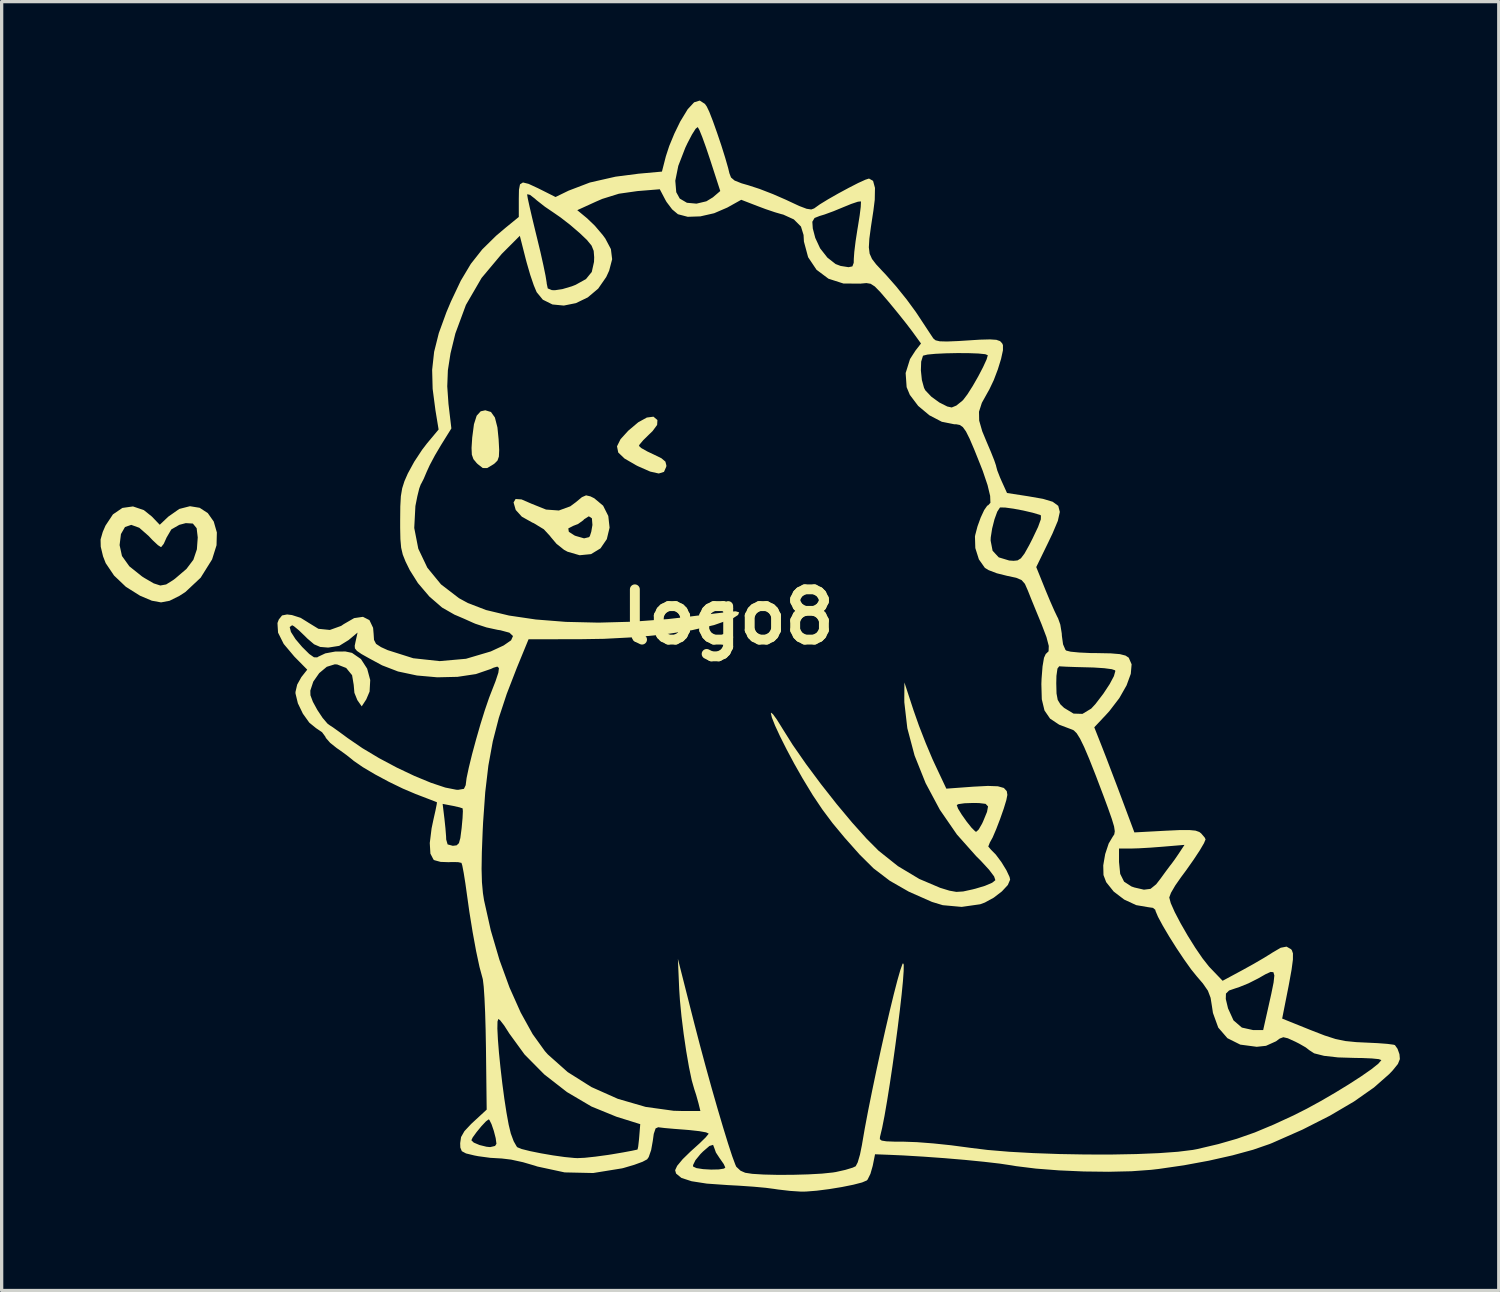
<source format=kicad_pcb>
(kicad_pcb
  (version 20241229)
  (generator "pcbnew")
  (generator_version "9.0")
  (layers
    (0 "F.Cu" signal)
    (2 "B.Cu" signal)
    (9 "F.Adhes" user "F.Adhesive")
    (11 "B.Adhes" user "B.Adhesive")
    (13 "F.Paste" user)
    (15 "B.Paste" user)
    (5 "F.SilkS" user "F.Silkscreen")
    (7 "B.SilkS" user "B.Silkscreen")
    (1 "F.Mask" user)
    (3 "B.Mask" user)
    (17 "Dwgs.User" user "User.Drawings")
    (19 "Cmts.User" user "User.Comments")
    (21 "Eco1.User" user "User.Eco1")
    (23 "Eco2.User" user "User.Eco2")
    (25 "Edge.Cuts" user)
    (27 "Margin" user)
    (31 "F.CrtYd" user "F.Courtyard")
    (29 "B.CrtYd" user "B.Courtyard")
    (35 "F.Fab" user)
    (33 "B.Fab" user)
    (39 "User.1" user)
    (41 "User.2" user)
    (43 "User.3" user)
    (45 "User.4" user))
  (footprint "logo8"
    (layer "F.Cu")
    (at 19.034 15.658)
    (property "Reference" "logo8" (at 0 0 0) (layer "F.SilkS") (effects (font (size 1.524 1.524) (thickness 0.3))))
    (attr board_only exclude_from_pos_files exclude_from_bom)
    (fp_poly (pts (xy -7.195 -6.214) (xy -7.075 -6.046) (xy -6.998 -5.744) (xy -6.962 -5.385) (xy -6.945 -5.061) (xy -6.954 -4.861) (xy -6.996 -4.741) (xy -7.082 -4.654) (xy -7.12 -4.626) (xy -7.31 -4.512) (xy -7.444 -4.514) (xy -7.599 -4.636) (xy -7.631 -4.668) (xy -7.726 -4.783) (xy -7.774 -4.918) (xy -7.783 -5.123) (xy -7.763 -5.437) (xy -7.71 -5.842) (xy -7.628 -6.1) (xy -7.506 -6.234) (xy -7.366 -6.265)) (stroke (width 0) (type solid)) (fill yes) (layer "F.SilkS"))
    (fp_poly (pts (xy -2.149 -5.972) (xy -2.146 -5.965) (xy -2.155 -5.821) (xy -2.293 -5.634) (xy -2.399 -5.532) (xy -2.578 -5.356) (xy -2.689 -5.224) (xy -2.707 -5.185) (xy -2.635 -5.119) (xy -2.452 -5.016) (xy -2.278 -4.934) (xy -2.027 -4.812) (xy -1.904 -4.708) (xy -1.874 -4.591) (xy -1.878 -4.553) (xy -1.947 -4.397) (xy -2.105 -4.348) (xy -2.365 -4.406) (xy -2.74 -4.571) (xy -2.794 -4.599) (xy -3.143 -4.801) (xy -3.334 -4.984) (xy -3.372 -5.172) (xy -3.264 -5.389) (xy -3.03 -5.646) (xy -2.728 -5.901) (xy -2.467 -6.045) (xy -2.266 -6.071)) (stroke (width 0) (type solid)) (fill yes) (layer "F.SilkS"))
    (fp_poly (pts (xy -4.18 -3.655) (xy -4.062 -3.597) (xy -3.793 -3.372) (xy -3.636 -3.06) (xy -3.597 -2.707) (xy -3.681 -2.357) (xy -3.873 -2.077) (xy -4.159 -1.903) (xy -4.505 -1.869) (xy -4.873 -1.976) (xy -4.979 -2.034) (xy -5.207 -2.216) (xy -5.387 -2.429) (xy -5.399 -2.448) (xy -5.591 -2.656) (xy -5.634 -2.682) (xy -4.849 -2.682) (xy -4.833 -2.58) (xy -4.663 -2.47) (xy -4.627 -2.455) (xy -4.37 -2.381) (xy -4.221 -2.417) (xy -4.195 -2.449) (xy -4.152 -2.583) (xy -4.117 -2.787) (xy -4.133 -2.989) (xy -4.226 -3.05) (xy -4.37 -2.959) (xy -4.396 -2.929) (xy -4.552 -2.817) (xy -4.706 -2.757) (xy -4.849 -2.682) (xy -5.634 -2.682) (xy -5.892 -2.839) (xy -5.942 -2.861) (xy -6.258 -3.038) (xy -6.44 -3.239) (xy -6.447 -3.254) (xy -6.509 -3.471) (xy -6.447 -3.574) (xy -6.267 -3.562) (xy -5.971 -3.434) (xy -5.969 -3.433) (xy -5.523 -3.254) (xy -5.135 -3.226) (xy -4.789 -3.352) (xy -4.622 -3.476) (xy -4.436 -3.63) (xy -4.31 -3.685)) (stroke (width 0) (type solid)) (fill yes) (layer "F.SilkS"))
    (fp_poly (pts (xy -16.029 -3.308) (xy -15.782 -3.147) (xy -15.602 -2.891) (xy -15.507 -2.56) (xy -15.517 -2.172) (xy -15.651 -1.745) (xy -15.656 -1.736) (xy -15.999 -1.187) (xy -16.46 -0.755) (xy -16.642 -0.637) (xy -16.941 -0.488) (xy -17.2 -0.439) (xy -17.479 -0.49) (xy -17.836 -0.641) (xy -17.836 -0.641) (xy -18.265 -0.91) (xy -18.625 -1.253) (xy -18.879 -1.63) (xy -18.959 -1.836) (xy -19.029 -2.128) (xy -19.03 -2.176) (xy -18.457 -2.176) (xy -18.385 -1.846) (xy -18.161 -1.533) (xy -17.777 -1.226) (xy -17.705 -1.18) (xy -17.423 -1.016) (xy -17.222 -0.951) (xy -17.045 -0.983) (xy -16.837 -1.113) (xy -16.772 -1.161) (xy -16.429 -1.454) (xy -16.219 -1.733) (xy -16.113 -2.048) (xy -16.087 -2.408) (xy -16.12 -2.689) (xy -16.235 -2.83) (xy -16.45 -2.843) (xy -16.646 -2.791) (xy -16.888 -2.652) (xy -17.031 -2.408) (xy -17.117 -2.217) (xy -17.193 -2.12) (xy -17.205 -2.117) (xy -17.295 -2.175) (xy -17.454 -2.324) (xy -17.578 -2.455) (xy -17.86 -2.702) (xy -18.103 -2.79) (xy -18.293 -2.725) (xy -18.416 -2.511) (xy -18.457 -2.176) (xy -19.03 -2.176) (xy -19.034 -2.347) (xy -18.968 -2.576) (xy -18.885 -2.767) (xy -18.659 -3.108) (xy -18.372 -3.304) (xy -18.051 -3.349) (xy -17.722 -3.238) (xy -17.479 -3.043) (xy -17.239 -2.793) (xy -16.98 -3.039) (xy -16.647 -3.273) (xy -16.323 -3.356)) (stroke (width 0) (type solid)) (fill yes) (layer "F.SilkS"))
    (fp_poly (pts (xy 5.622 2.836) (xy 5.788 3.307) (xy 5.99 3.826) (xy 6.192 4.305) (xy 6.257 4.447) (xy 6.616 5.21) (xy 7.433 5.15) (xy 7.877 5.127) (xy 8.179 5.138) (xy 8.361 5.189) (xy 8.449 5.286) (xy 8.467 5.398) (xy 8.436 5.556) (xy 8.357 5.816) (xy 8.248 6.127) (xy 8.129 6.437) (xy 8.02 6.692) (xy 7.938 6.84) (xy 7.936 6.843) (xy 7.888 6.965) (xy 7.967 7.058) (xy 8.117 7.21) (xy 8.286 7.437) (xy 8.437 7.683) (xy 8.534 7.89) (xy 8.551 7.97) (xy 8.481 8.132) (xy 8.301 8.326) (xy 8.054 8.516) (xy 7.784 8.664) (xy 7.643 8.716) (xy 7.08 8.796) (xy 6.508 8.744) (xy 6.181 8.645) (xy 5.478 8.334) (xy 4.902 8.004) (xy 4.409 7.628) (xy 3.985 7.207) (xy 3.53 6.695) (xy 3.165 6.255) (xy 2.855 5.84) (xy 2.565 5.407) (xy 2.263 4.909) (xy 2.25 4.887) (xy 2.004 4.454) (xy 1.776 4.027) (xy 1.578 3.634) (xy 1.423 3.3) (xy 1.325 3.053) (xy 1.294 2.919) (xy 1.3 2.906) (xy 1.358 2.952) (xy 1.475 3.113) (xy 1.625 3.353) (xy 1.633 3.367) (xy 1.956 3.881) (xy 2.359 4.461) (xy 2.813 5.071) (xy 3.29 5.677) (xy 3.762 6.242) (xy 4.201 6.731) (xy 4.562 7.093) (xy 5.147 7.559) (xy 5.795 7.948) (xy 6.427 8.217) (xy 6.711 8.304) (xy 6.92 8.341) (xy 7.127 8.328) (xy 7.406 8.267) (xy 7.498 8.244) (xy 7.787 8.157) (xy 8.005 8.064) (xy 8.103 7.986) (xy 8.065 7.872) (xy 7.912 7.669) (xy 7.661 7.396) (xy 7.521 7.257) (xy 6.937 6.601) (xy 6.42 5.851) (xy 6.343 5.707) (xy 6.932 5.707) (xy 6.971 5.815) (xy 7.083 5.998) (xy 7.231 6.207) (xy 7.379 6.393) (xy 7.492 6.506) (xy 7.521 6.519) (xy 7.597 6.449) (xy 7.699 6.273) (xy 7.732 6.202) (xy 7.85 5.915) (xy 7.881 5.749) (xy 7.807 5.671) (xy 7.609 5.647) (xy 7.429 5.644) (xy 7.166 5.653) (xy 6.984 5.679) (xy 6.932 5.707) (xy 6.343 5.707) (xy 5.987 5.041) (xy 5.653 4.205) (xy 5.433 3.377) (xy 5.342 2.591) (xy 5.341 2.455) (xy 5.345 1.99)) (stroke (width 0) (type solid)) (fill yes) (layer "F.SilkS"))
    (fp_poly (pts (xy -0.707 -15.558) (xy -0.65 -15.478) (xy -0.573 -15.317) (xy -0.464 -15.037) (xy -0.338 -14.683) (xy -0.208 -14.298) (xy -0.092 -13.928) (xy -0.002 -13.615) (xy 0.037 -13.454) (xy 0.086 -13.325) (xy 0.195 -13.232) (xy 0.407 -13.148) (xy 0.612 -13.089) (xy 0.95 -12.979) (xy 1.358 -12.821) (xy 1.757 -12.647) (xy 1.82 -12.617) (xy 2.157 -12.46) (xy 2.379 -12.376) (xy 2.519 -12.355) (xy 2.61 -12.388) (xy 2.625 -12.4) (xy 2.782 -12.512) (xy 3.032 -12.665) (xy 3.335 -12.838) (xy 3.652 -13.009) (xy 3.94 -13.157) (xy 4.162 -13.258) (xy 4.271 -13.293) (xy 4.394 -13.223) (xy 4.452 -13.01) (xy 4.445 -12.648) (xy 4.404 -12.319) (xy 4.329 -11.826) (xy 4.281 -11.467) (xy 4.266 -11.207) (xy 4.29 -11.015) (xy 4.362 -10.854) (xy 4.487 -10.691) (xy 4.671 -10.493) (xy 4.784 -10.374) (xy 5.094 -10.022) (xy 5.416 -9.622) (xy 5.69 -9.248) (xy 5.739 -9.175) (xy 5.932 -8.882) (xy 6.096 -8.633) (xy 6.204 -8.47) (xy 6.223 -8.442) (xy 6.29 -8.387) (xy 6.417 -8.357) (xy 6.636 -8.351) (xy 6.978 -8.365) (xy 7.197 -8.379) (xy 7.639 -8.407) (xy 7.941 -8.415) (xy 8.134 -8.402) (xy 8.247 -8.362) (xy 8.31 -8.294) (xy 8.333 -8.242) (xy 8.333 -8.085) (xy 8.276 -7.823) (xy 8.178 -7.505) (xy 8.054 -7.179) (xy 7.919 -6.895) (xy 7.871 -6.811) (xy 7.693 -6.491) (xy 7.607 -6.222) (xy 7.612 -5.952) (xy 7.705 -5.628) (xy 7.834 -5.317) (xy 7.967 -5.004) (xy 8.069 -4.748) (xy 8.123 -4.589) (xy 8.128 -4.563) (xy 8.161 -4.44) (xy 8.244 -4.228) (xy 8.292 -4.118) (xy 8.456 -3.757) (xy 9.101 -3.657) (xy 9.542 -3.58) (xy 9.841 -3.491) (xy 10.01 -3.367) (xy 10.058 -3.182) (xy 9.998 -2.912) (xy 9.838 -2.533) (xy 9.707 -2.258) (xy 9.343 -1.51) (xy 9.622 -0.818) (xy 9.761 -0.484) (xy 9.889 -0.193) (xy 9.983 0.004) (xy 10.004 0.042) (xy 10.072 0.233) (xy 10.116 0.5) (xy 10.121 0.58) (xy 10.156 0.833) (xy 10.228 1) (xy 10.253 1.023) (xy 10.386 1.056) (xy 10.643 1.081) (xy 10.983 1.097) (xy 11.191 1.099) (xy 11.602 1.107) (xy 11.878 1.13) (xy 12.05 1.174) (xy 12.148 1.238) (xy 12.235 1.439) (xy 12.21 1.728) (xy 12.082 2.078) (xy 11.863 2.463) (xy 11.563 2.855) (xy 11.471 2.957) (xy 11.103 3.349) (xy 11.336 3.939) (xy 11.462 4.262) (xy 11.623 4.685) (xy 11.8 5.149) (xy 11.944 5.533) (xy 12.319 6.537) (xy 13.265 6.486) (xy 13.693 6.466) (xy 13.985 6.465) (xy 14.173 6.483) (xy 14.289 6.524) (xy 14.345 6.568) (xy 14.451 6.692) (xy 14.478 6.748) (xy 14.43 6.864) (xy 14.302 7.082) (xy 14.114 7.367) (xy 13.888 7.688) (xy 13.74 7.887) (xy 13.559 8.146) (xy 13.429 8.369) (xy 13.377 8.509) (xy 13.377 8.512) (xy 13.423 8.684) (xy 13.545 8.958) (xy 13.724 9.299) (xy 13.937 9.669) (xy 14.165 10.034) (xy 14.386 10.357) (xy 14.579 10.602) (xy 14.615 10.641) (xy 14.995 11.037) (xy 15.604 10.709) (xy 15.936 10.525) (xy 16.248 10.343) (xy 16.479 10.2) (xy 16.501 10.185) (xy 16.757 10.035) (xy 16.934 10.001) (xy 17.068 10.078) (xy 17.093 10.106) (xy 17.128 10.205) (xy 17.127 10.394) (xy 17.087 10.695) (xy 17.008 11.133) (xy 16.995 11.202) (xy 16.801 12.183) (xy 17.669 12.533) (xy 18.089 12.696) (xy 18.418 12.802) (xy 18.716 12.864) (xy 19.045 12.897) (xy 19.339 12.911) (xy 19.696 12.928) (xy 19.989 12.95) (xy 20.178 12.975) (xy 20.221 12.988) (xy 20.3 13.1) (xy 20.358 13.263) (xy 20.371 13.411) (xy 20.311 13.56) (xy 20.156 13.752) (xy 20.05 13.864) (xy 19.587 14.272) (xy 18.98 14.698) (xy 18.249 15.128) (xy 17.416 15.551) (xy 16.503 15.954) (xy 16.425 15.986) (xy 15.922 16.16) (xy 15.292 16.332) (xy 14.577 16.493) (xy 13.819 16.633) (xy 13.06 16.743) (xy 12.827 16.77) (xy 12.235 16.813) (xy 11.538 16.829) (xy 10.788 16.82) (xy 10.036 16.787) (xy 9.335 16.733) (xy 8.736 16.659) (xy 8.594 16.635) (xy 8.241 16.582) (xy 7.759 16.526) (xy 7.185 16.469) (xy 6.559 16.416) (xy 5.92 16.37) (xy 5.306 16.333) (xy 4.915 16.316) (xy 4.454 16.298) (xy 4.383 16.651) (xy 4.314 16.892) (xy 4.229 17.064) (xy 4.204 17.092) (xy 4.061 17.153) (xy 3.794 17.222) (xy 3.446 17.292) (xy 3.062 17.355) (xy 2.685 17.403) (xy 2.359 17.429) (xy 2.211 17.431) (xy 1.875 17.409) (xy 1.506 17.366) (xy 1.397 17.349) (xy 1.137 17.315) (xy 0.763 17.281) (xy 0.329 17.251) (xy -0.023 17.232) (xy -0.647 17.188) (xy -1.11 17.116) (xy -1.419 17.015) (xy -1.58 16.883) (xy -1.609 16.781) (xy -1.547 16.648) (xy -1.529 16.627) (xy -1.066 16.627) (xy -1.063 16.672) (xy -0.961 16.718) (xy -0.761 16.749) (xy -0.517 16.763) (xy -0.287 16.758) (xy -0.127 16.733) (xy -0.087 16.701) (xy -0.135 16.595) (xy -0.25 16.43) (xy -0.254 16.425) (xy -0.372 16.245) (xy -0.421 16.108) (xy -0.458 16.013) (xy -0.568 16.046) (xy -0.762 16.213) (xy -0.84 16.291) (xy -0.993 16.478) (xy -1.066 16.627) (xy -1.529 16.627) (xy -1.38 16.447) (xy -1.139 16.212) (xy -1.101 16.178) (xy -0.863 15.963) (xy -0.684 15.788) (xy -0.597 15.682) (xy -0.593 15.67) (xy -0.671 15.634) (xy -0.879 15.597) (xy -1.177 15.564) (xy -1.297 15.554) (xy -1.637 15.528) (xy -1.92 15.503) (xy -2.096 15.482) (xy -2.121 15.478) (xy -2.201 15.514) (xy -2.257 15.679) (xy -2.287 15.895) (xy -2.336 16.17) (xy -2.41 16.383) (xy -2.458 16.452) (xy -2.597 16.526) (xy -2.851 16.619) (xy -3.167 16.712) (xy -3.217 16.725) (xy -4.095 16.867) (xy -4.959 16.848) (xy -5.789 16.669) (xy -5.857 16.646) (xy -6.223 16.539) (xy -6.584 16.46) (xy -6.867 16.426) (xy -6.89 16.425) (xy -7.216 16.406) (xy -7.58 16.357) (xy -7.7 16.334) (xy -7.951 16.273) (xy -8.078 16.205) (xy -8.123 16.095) (xy -8.128 15.963) (xy -8.115 15.873) (xy -7.789 15.873) (xy -7.716 15.944) (xy -7.541 16.018) (xy -7.329 16.07) (xy -7.218 16.081) (xy -7.07 16.046) (xy -7.028 15.981) (xy -7.051 15.808) (xy -7.108 15.588) (xy -7.178 15.384) (xy -7.242 15.256) (xy -7.264 15.24) (xy -7.346 15.3) (xy -7.483 15.446) (xy -7.631 15.626) (xy -7.748 15.787) (xy -7.789 15.873) (xy -8.115 15.873) (xy -8.101 15.776) (xy -7.999 15.597) (xy -7.795 15.379) (xy -7.726 15.315) (xy -7.324 14.944) (xy -7.346 13.081) (xy -7.356 12.521) (xy -7.357 12.487) (xy -7 12.487) (xy -6.984 12.812) (xy -6.952 13.216) (xy -6.906 13.67) (xy -6.851 14.145) (xy -6.789 14.611) (xy -6.723 15.04) (xy -6.657 15.402) (xy -6.593 15.667) (xy -6.591 15.673) (xy -6.505 15.904) (xy -6.413 16.065) (xy -6.392 16.087) (xy -6.263 16.139) (xy -6.011 16.202) (xy -5.68 16.269) (xy -5.314 16.332) (xy -4.959 16.382) (xy -4.66 16.411) (xy -4.572 16.415) (xy -4.352 16.405) (xy -4.025 16.37) (xy -3.65 16.319) (xy -3.523 16.299) (xy -3.188 16.242) (xy -2.925 16.193) (xy -2.771 16.16) (xy -2.748 16.152) (xy -2.729 16.062) (xy -2.706 15.861) (xy -2.697 15.757) (xy -2.667 15.385) (xy -3.39 15.159) (xy -4.146 14.85) (xy -4.889 14.412) (xy -5.578 13.876) (xy -6.175 13.272) (xy -6.643 12.629) (xy -6.648 12.62) (xy -6.795 12.391) (xy -6.915 12.236) (xy -6.97 12.194) (xy -6.996 12.272) (xy -7 12.487) (xy -7.357 12.487) (xy -7.371 12.004) (xy -7.391 11.56) (xy -7.414 11.217) (xy -7.439 11.004) (xy -7.448 10.964) (xy -7.542 10.617) (xy -7.644 10.139) (xy -7.749 9.567) (xy -7.85 8.941) (xy -7.916 8.471) (xy -7.97 8.085) (xy -8.021 7.765) (xy -8.063 7.545) (xy -8.089 7.461) (xy -8.195 7.438) (xy -8.403 7.436) (xy -8.475 7.44) (xy -8.723 7.431) (xy -8.91 7.38) (xy -8.937 7.362) (xy -9.031 7.18) (xy -9.05 6.859) (xy -8.995 6.414) (xy -8.937 6.139) (xy -8.877 5.873) (xy -8.84 5.686) (xy -8.838 5.672) (xy -8.66 5.672) (xy -8.606 6.117) (xy -8.575 6.411) (xy -8.555 6.662) (xy -8.552 6.752) (xy -8.509 6.901) (xy -8.353 6.943) (xy -8.346 6.943) (xy -8.235 6.929) (xy -8.166 6.863) (xy -8.123 6.708) (xy -8.086 6.425) (xy -8.082 6.388) (xy -8.056 6.103) (xy -8.046 5.894) (xy -8.054 5.808) (xy -8.15 5.776) (xy -8.344 5.732) (xy -8.373 5.727) (xy -8.66 5.672) (xy -8.838 5.672) (xy -8.833 5.622) (xy -8.913 5.59) (xy -9.113 5.513) (xy -9.394 5.405) (xy -9.483 5.371) (xy -9.866 5.208) (xy -10.291 5.002) (xy -10.71 4.777) (xy -11.08 4.558) (xy -11.353 4.37) (xy -11.415 4.318) (xy -11.575 4.191) (xy -11.799 4.029) (xy -11.87 3.981) (xy -12.07 3.822) (xy -12.2 3.673) (xy -12.219 3.631) (xy -12.317 3.498) (xy -12.499 3.375) (xy -12.703 3.209) (xy -12.898 2.937) (xy -13.05 2.622) (xy -13.122 2.325) (xy -13.123 2.279) (xy -13.071 2.054) (xy -12.945 1.828) (xy -12.945 1.828) (xy -12.766 1.601) (xy -13.156 1.206) (xy -13.48 0.821) (xy -13.651 0.479) (xy -13.662 0.309) (xy -13.298 0.309) (xy -13.261 0.457) (xy -13.123 0.674) (xy -12.921 0.912) (xy -12.705 1.126) (xy -12.562 1.226) (xy -12.464 1.229) (xy -12.43 1.207) (xy -12.217 1.107) (xy -11.917 1.052) (xy -11.608 1.05) (xy -11.409 1.092) (xy -11.138 1.279) (xy -10.949 1.571) (xy -10.856 1.916) (xy -10.875 2.265) (xy -10.976 2.503) (xy -11.114 2.714) (xy -11.247 2.524) (xy -11.336 2.303) (xy -11.357 2.062) (xy -11.406 1.769) (xy -11.585 1.55) (xy -11.858 1.444) (xy -11.931 1.439) (xy -12.173 1.514) (xy -12.403 1.706) (xy -12.583 1.964) (xy -12.673 2.237) (xy -12.669 2.378) (xy -12.595 2.576) (xy -12.46 2.823) (xy -12.301 3.063) (xy -12.152 3.238) (xy -12.084 3.288) (xy -11.988 3.35) (xy -11.798 3.486) (xy -11.552 3.667) (xy -11.534 3.68) (xy -11.092 3.983) (xy -10.587 4.285) (xy -10.05 4.571) (xy -9.514 4.825) (xy -9.013 5.032) (xy -8.579 5.177) (xy -8.245 5.243) (xy -8.191 5.246) (xy -8.014 5.216) (xy -7.959 5.101) (xy -7.959 5.089) (xy -7.934 4.891) (xy -7.866 4.571) (xy -7.767 4.166) (xy -7.645 3.715) (xy -7.513 3.256) (xy -7.379 2.827) (xy -7.255 2.465) (xy -7.208 2.342) (xy -7.055 1.95) (xy -6.97 1.693) (xy -6.952 1.552) (xy -7.001 1.508) (xy -7.117 1.542) (xy -7.196 1.579) (xy -7.651 1.735) (xy -8.209 1.819) (xy -8.822 1.833) (xy -9.44 1.778) (xy -10.014 1.656) (xy -10.496 1.47) (xy -10.518 1.458) (xy -10.881 1.262) (xy -11.12 1.128) (xy -11.258 1.033) (xy -11.32 0.957) (xy -11.327 0.877) (xy -11.305 0.771) (xy -11.298 0.739) (xy -11.24 0.476) (xy -11.511 0.703) (xy -11.796 0.879) (xy -12.125 0.931) (xy -12.139 0.931) (xy -12.373 0.912) (xy -12.558 0.832) (xy -12.761 0.659) (xy -12.827 0.593) (xy -13.02 0.407) (xy -13.169 0.284) (xy -13.225 0.254) (xy -13.298 0.309) (xy -13.662 0.309) (xy -13.669 0.187) (xy -13.628 0.079) (xy -13.53 -0.043) (xy -13.378 -0.073) (xy -13.23 -0.055) (xy -12.967 0.029) (xy -12.747 0.165) (xy -12.742 0.169) (xy -12.427 0.362) (xy -12.08 0.397) (xy -11.738 0.274) (xy -11.662 0.222) (xy -11.344 0.038) (xy -11.077 -0.001) (xy -10.88 0.099) (xy -10.769 0.332) (xy -10.753 0.515) (xy -10.741 0.699) (xy -10.679 0.819) (xy -10.529 0.917) (xy -10.327 1.009) (xy -9.551 1.255) (xy -8.749 1.342) (xy -7.951 1.271) (xy -7.201 1.049) (xy -6.809 0.867) (xy -6.584 0.711) (xy -6.526 0.582) (xy -6.634 0.48) (xy -6.909 0.406) (xy -6.995 0.393) (xy -7.33 0.32) (xy -7.668 0.209) (xy -7.738 0.179) (xy -8.005 0.059) (xy -8.245 -0.044) (xy -8.297 -0.065) (xy -8.676 -0.282) (xy -9.062 -0.616) (xy -9.41 -1.025) (xy -9.657 -1.418) (xy -9.785 -1.678) (xy -9.869 -1.889) (xy -9.918 -2.098) (xy -9.941 -2.357) (xy -9.948 -2.696) (xy -9.521 -2.696) (xy -9.398 -2.067) (xy -9.124 -1.491) (xy -8.709 -0.985) (xy -8.163 -0.566) (xy -7.896 -0.42) (xy -7.342 -0.207) (xy -6.647 -0.04) (xy -5.833 0.08) (xy -4.922 0.152) (xy -3.936 0.175) (xy -2.897 0.147) (xy -1.828 0.067) (xy -1.275 0.005) (xy -0.802 -0.054) (xy -0.385 -0.104) (xy -0.053 -0.142) (xy 0.163 -0.164) (xy 0.228 -0.169) (xy 0.333 -0.137) (xy 0.299 -0.057) (xy 0.14 0.046) (xy 0.098 0.065) (xy -0.428 0.249) (xy -1.099 0.404) (xy -1.894 0.527) (xy -2.79 0.615) (xy -3.767 0.666) (xy -4.524 0.678) (xy -6.054 0.679) (xy -6.41 1.546) (xy -6.716 2.336) (xy -6.956 3.064) (xy -7.139 3.775) (xy -7.273 4.511) (xy -7.368 5.317) (xy -7.433 6.237) (xy -7.446 6.498) (xy -7.471 7.14) (xy -7.479 7.646) (xy -7.468 8.047) (xy -7.438 8.377) (xy -7.404 8.595) (xy -7.199 9.511) (xy -6.937 10.402) (xy -6.631 11.242) (xy -6.292 12.001) (xy -5.931 12.653) (xy -5.559 13.17) (xy -5.469 13.271) (xy -4.867 13.806) (xy -4.147 14.26) (xy -3.346 14.617) (xy -2.502 14.862) (xy -1.655 14.979) (xy -1.39 14.986) (xy -0.843 14.986) (xy -0.9 14.753) (xy -0.971 14.499) (xy -1.028 14.325) (xy -1.105 14.055) (xy -1.188 13.658) (xy -1.272 13.175) (xy -1.35 12.647) (xy -1.416 12.116) (xy -1.464 11.622) (xy -1.485 11.303) (xy -1.525 10.372) (xy -1.031 12.319) (xy -0.862 12.969) (xy -0.683 13.635) (xy -0.501 14.292) (xy -0.322 14.916) (xy -0.154 15.484) (xy -0.004 15.971) (xy 0.121 16.354) (xy 0.215 16.608) (xy 0.246 16.677) (xy 0.375 16.797) (xy 0.516 16.859) (xy 0.732 16.892) (xy 1.075 16.913) (xy 1.5 16.923) (xy 1.966 16.921) (xy 2.428 16.908) (xy 2.845 16.885) (xy 3.173 16.851) (xy 3.267 16.836) (xy 3.552 16.772) (xy 3.774 16.705) (xy 3.867 16.662) (xy 3.928 16.545) (xy 3.997 16.309) (xy 4.059 16.004) (xy 4.063 15.976) (xy 4.143 15.513) (xy 4.245 14.974) (xy 4.364 14.382) (xy 4.494 13.76) (xy 4.63 13.132) (xy 4.767 12.521) (xy 4.9 11.95) (xy 5.023 11.443) (xy 5.132 11.022) (xy 5.221 10.711) (xy 5.284 10.532) (xy 5.302 10.503) (xy 5.324 10.548) (xy 5.322 10.737) (xy 5.3 11.047) (xy 5.26 11.455) (xy 5.205 11.939) (xy 5.139 12.475) (xy 5.064 13.04) (xy 4.984 13.612) (xy 4.901 14.167) (xy 4.819 14.682) (xy 4.741 15.134) (xy 4.669 15.501) (xy 4.607 15.759) (xy 4.604 15.769) (xy 4.599 15.839) (xy 4.654 15.883) (xy 4.798 15.906) (xy 5.06 15.916) (xy 5.338 15.917) (xy 5.727 15.931) (xy 6.221 15.969) (xy 6.758 16.025) (xy 7.278 16.094) (xy 7.313 16.099) (xy 7.864 16.167) (xy 8.522 16.222) (xy 9.257 16.263) (xy 10.039 16.291) (xy 10.84 16.305) (xy 11.63 16.306) (xy 12.379 16.292) (xy 13.059 16.264) (xy 13.639 16.222) (xy 14.092 16.166) (xy 14.224 16.141) (xy 14.867 15.989) (xy 15.43 15.827) (xy 15.971 15.637) (xy 16.547 15.396) (xy 17.151 15.117) (xy 17.545 14.918) (xy 17.973 14.684) (xy 18.408 14.431) (xy 18.826 14.175) (xy 19.2 13.933) (xy 19.506 13.72) (xy 19.716 13.553) (xy 19.806 13.448) (xy 19.807 13.441) (xy 19.731 13.413) (xy 19.522 13.392) (xy 19.218 13.379) (xy 19.028 13.377) (xy 18.497 13.361) (xy 18.071 13.313) (xy 17.771 13.237) (xy 17.617 13.137) (xy 17.617 13.136) (xy 17.517 13.058) (xy 17.318 12.944) (xy 17.198 12.883) (xy 16.972 12.78) (xy 16.836 12.748) (xy 16.726 12.789) (xy 16.615 12.872) (xy 16.311 13.009) (xy 16.03 13.039) (xy 15.531 12.973) (xy 15.141 12.778) (xy 14.863 12.457) (xy 14.702 12.013) (xy 14.673 11.82) (xy 14.636 11.588) (xy 15.091 11.588) (xy 15.157 11.864) (xy 15.16 11.875) (xy 15.325 12.237) (xy 15.579 12.456) (xy 15.917 12.531) (xy 16.225 12.531) (xy 16.363 11.917) (xy 16.472 11.429) (xy 16.541 11.088) (xy 16.564 10.876) (xy 16.535 10.776) (xy 16.45 10.768) (xy 16.302 10.835) (xy 16.086 10.958) (xy 16.074 10.965) (xy 15.78 11.114) (xy 15.481 11.235) (xy 15.388 11.264) (xy 15.19 11.332) (xy 15.096 11.425) (xy 15.091 11.588) (xy 14.636 11.588) (xy 14.63 11.552) (xy 14.549 11.338) (xy 14.396 11.117) (xy 14.218 10.91) (xy 14.04 10.69) (xy 13.827 10.391) (xy 13.598 10.049) (xy 13.376 9.697) (xy 13.182 9.369) (xy 13.036 9.098) (xy 12.96 8.919) (xy 12.954 8.884) (xy 12.881 8.825) (xy 12.74 8.805) (xy 12.373 8.742) (xy 12.009 8.573) (xy 11.691 8.33) (xy 11.464 8.046) (xy 11.382 7.83) (xy 11.375 7.537) (xy 11.392 7.434) (xy 11.853 7.434) (xy 11.889 7.795) (xy 12.007 8.031) (xy 12.23 8.176) (xy 12.319 8.207) (xy 12.609 8.274) (xy 12.809 8.249) (xy 12.98 8.11) (xy 13.113 7.938) (xy 13.275 7.715) (xy 13.402 7.545) (xy 13.445 7.491) (xy 13.539 7.363) (xy 13.67 7.172) (xy 13.678 7.159) (xy 13.839 6.915) (xy 13.172 6.971) (xy 12.802 6.999) (xy 12.453 7.019) (xy 12.195 7.027) (xy 12.179 7.027) (xy 11.853 7.027) (xy 11.853 7.434) (xy 11.392 7.434) (xy 11.434 7.193) (xy 11.54 6.873) (xy 11.661 6.669) (xy 11.709 6.597) (xy 11.725 6.502) (xy 11.703 6.355) (xy 11.635 6.128) (xy 11.517 5.793) (xy 11.387 5.441) (xy 11.146 4.806) (xy 10.951 4.313) (xy 10.796 3.948) (xy 10.671 3.692) (xy 10.569 3.529) (xy 10.482 3.443) (xy 10.439 3.422) (xy 10.038 3.27) (xy 9.762 3.086) (xy 9.593 2.839) (xy 9.511 2.499) (xy 9.498 2.035) (xy 9.499 2.019) (xy 9.95 2.019) (xy 9.958 2.325) (xy 9.994 2.518) (xy 10.076 2.654) (xy 10.187 2.76) (xy 10.474 2.934) (xy 10.745 2.942) (xy 11.009 2.783) (xy 11.138 2.644) (xy 11.378 2.33) (xy 11.571 2.037) (xy 11.698 1.798) (xy 11.741 1.645) (xy 11.734 1.621) (xy 11.634 1.587) (xy 11.406 1.557) (xy 11.089 1.536) (xy 10.91 1.531) (xy 10.557 1.522) (xy 10.266 1.512) (xy 10.08 1.502) (xy 10.04 1.498) (xy 9.986 1.568) (xy 9.955 1.79) (xy 9.95 2.019) (xy 9.499 2.019) (xy 9.504 1.878) (xy 9.534 1.501) (xy 9.578 1.241) (xy 9.632 1.123) (xy 9.639 1.119) (xy 9.717 1.044) (xy 9.723 0.882) (xy 9.653 0.614) (xy 9.503 0.22) (xy 9.477 0.157) (xy 9.332 -0.195) (xy 9.193 -0.535) (xy 9.09 -0.794) (xy 9.084 -0.808) (xy 8.999 -1.001) (xy 8.899 -1.115) (xy 8.735 -1.185) (xy 8.455 -1.245) (xy 8.447 -1.247) (xy 8.147 -1.322) (xy 7.898 -1.417) (xy 7.785 -1.486) (xy 7.603 -1.744) (xy 7.495 -2.086) (xy 7.488 -2.314) (xy 7.959 -2.314) (xy 8.019 -2.005) (xy 8.205 -1.805) (xy 8.522 -1.709) (xy 8.656 -1.7) (xy 8.775 -1.712) (xy 8.877 -1.775) (xy 8.986 -1.919) (xy 9.127 -2.171) (xy 9.23 -2.373) (xy 9.399 -2.729) (xy 9.482 -2.958) (xy 9.485 -3.073) (xy 9.463 -3.091) (xy 9.233 -3.159) (xy 8.945 -3.226) (xy 8.653 -3.281) (xy 8.406 -3.315) (xy 8.257 -3.319) (xy 8.24 -3.313) (xy 8.16 -3.19) (xy 8.076 -2.958) (xy 8.005 -2.678) (xy 7.963 -2.409) (xy 7.959 -2.314) (xy 7.488 -2.314) (xy 7.484 -2.433) (xy 7.491 -2.477) (xy 7.561 -2.744) (xy 7.659 -3.014) (xy 7.764 -3.239) (xy 7.856 -3.371) (xy 7.887 -3.387) (xy 7.953 -3.459) (xy 7.945 -3.668) (xy 7.866 -3.997) (xy 7.719 -4.431) (xy 7.651 -4.604) (xy 7.464 -5.071) (xy 7.322 -5.403) (xy 7.212 -5.623) (xy 7.118 -5.754) (xy 7.026 -5.819) (xy 6.921 -5.84) (xy 6.852 -5.842) (xy 6.48 -5.916) (xy 6.101 -6.114) (xy 5.762 -6.398) (xy 5.509 -6.733) (xy 5.412 -6.966) (xy 5.382 -7.395) (xy 5.407 -7.474) (xy 5.844 -7.474) (xy 5.874 -7.185) (xy 5.94 -6.944) (xy 5.979 -6.87) (xy 6.16 -6.679) (xy 6.403 -6.502) (xy 6.644 -6.38) (xy 6.779 -6.35) (xy 6.92 -6.408) (xy 7.098 -6.551) (xy 7.13 -6.583) (xy 7.256 -6.749) (xy 7.416 -7.001) (xy 7.583 -7.292) (xy 7.731 -7.576) (xy 7.837 -7.807) (xy 7.874 -7.935) (xy 7.796 -7.966) (xy 7.59 -7.987) (xy 7.295 -7.998) (xy 6.953 -8) (xy 6.604 -7.993) (xy 6.287 -7.978) (xy 6.044 -7.955) (xy 5.915 -7.923) (xy 5.907 -7.916) (xy 5.853 -7.741) (xy 5.844 -7.474) (xy 5.407 -7.474) (xy 5.515 -7.819) (xy 5.681 -8.077) (xy 5.848 -8.29) (xy 5.586 -8.652) (xy 5.404 -8.891) (xy 5.158 -9.2) (xy 4.896 -9.519) (xy 4.842 -9.583) (xy 4.609 -9.855) (xy 4.447 -10.02) (xy 4.32 -10.102) (xy 4.192 -10.123) (xy 4.026 -10.108) (xy 4.016 -10.106) (xy 3.494 -10.11) (xy 3.042 -10.255) (xy 2.679 -10.527) (xy 2.424 -10.908) (xy 2.297 -11.382) (xy 2.286 -11.582) (xy 2.207 -11.838) (xy 2.062 -11.983) (xy 2.552 -11.983) (xy 2.566 -11.78) (xy 2.641 -11.493) (xy 2.788 -11.177) (xy 3.008 -10.896) (xy 3.258 -10.7) (xy 3.409 -10.643) (xy 3.649 -10.605) (xy 3.767 -10.629) (xy 3.807 -10.737) (xy 3.81 -10.858) (xy 3.825 -11.071) (xy 3.864 -11.39) (xy 3.92 -11.754) (xy 3.936 -11.848) (xy 3.988 -12.175) (xy 4.02 -12.433) (xy 4.027 -12.582) (xy 4.022 -12.601) (xy 3.931 -12.59) (xy 3.731 -12.523) (xy 3.494 -12.426) (xy 3.193 -12.302) (xy 2.92 -12.202) (xy 2.773 -12.158) (xy 2.619 -12.097) (xy 2.552 -11.983) (xy 2.062 -11.983) (xy 1.991 -12.054) (xy 1.67 -12.2) (xy 1.609 -12.215) (xy 1.417 -12.271) (xy 1.136 -12.366) (xy 0.896 -12.456) (xy 0.396 -12.649) (xy -0.027 -12.413) (xy -0.426 -12.241) (xy -0.844 -12.146) (xy -1.227 -12.133) (xy -1.524 -12.211) (xy -1.699 -12.358) (xy -1.869 -12.583) (xy -1.905 -12.646) (xy -2.074 -12.968) (xy -2.752 -12.913) (xy -3.314 -12.833) (xy -3.818 -12.676) (xy -4.003 -12.596) (xy -4.577 -12.334) (xy -4.278 -12.087) (xy -4.043 -11.861) (xy -3.805 -11.581) (xy -3.726 -11.473) (xy -3.557 -11.154) (xy -3.519 -10.846) (xy -3.61 -10.499) (xy -3.699 -10.306) (xy -3.943 -9.954) (xy -4.259 -9.688) (xy -4.617 -9.515) (xy -4.984 -9.441) (xy -5.329 -9.474) (xy -5.621 -9.619) (xy -5.809 -9.848) (xy -5.896 -10.056) (xy -6.003 -10.371) (xy -6.108 -10.733) (xy -6.136 -10.837) (xy -6.319 -11.557) (xy -6.868 -11.007) (xy -7.479 -10.278) (xy -7.954 -9.46) (xy -8.274 -8.594) (xy -8.421 -7.992) (xy -8.501 -7.479) (xy -8.52 -6.99) (xy -8.483 -6.46) (xy -8.475 -6.392) (xy -8.395 -5.715) (xy -8.711 -5.207) (xy -8.892 -4.901) (xy -9.05 -4.604) (xy -9.142 -4.403) (xy -9.235 -4.184) (xy -9.313 -4.033) (xy -9.322 -4.02) (xy -9.368 -3.897) (xy -9.427 -3.659) (xy -9.486 -3.361) (xy -9.521 -2.696) (xy -9.948 -2.696) (xy -9.948 -2.714) (xy -9.948 -2.92) (xy -9.944 -3.35) (xy -9.927 -3.66) (xy -9.887 -3.898) (xy -9.819 -4.113) (xy -9.716 -4.348) (xy -9.523 -4.702) (xy -9.279 -5.072) (xy -9.133 -5.262) (xy -8.782 -5.682) (xy -8.878 -6.265) (xy -8.963 -6.916) (xy -8.978 -7.491) (xy -8.918 -8.038) (xy -8.776 -8.605) (xy -8.545 -9.24) (xy -8.407 -9.567) (xy -8.109 -10.196) (xy -7.805 -10.705) (xy -7.459 -11.144) (xy -7.037 -11.559) (xy -6.752 -11.8) (xy -6.35 -12.128) (xy -6.35 -12.674) (xy -6.348 -12.8) (xy -6.096 -12.8) (xy -6.077 -12.686) (xy -6.023 -12.439) (xy -5.943 -12.093) (xy -5.843 -11.678) (xy -5.8 -11.503) (xy -5.693 -11.06) (xy -5.604 -10.662) (xy -5.539 -10.345) (xy -5.506 -10.143) (xy -5.503 -10.106) (xy -5.472 -9.961) (xy -5.346 -9.909) (xy -5.256 -9.906) (xy -5.028 -9.94) (xy -4.741 -10.025) (xy -4.627 -10.07) (xy -4.313 -10.244) (xy -4.137 -10.46) (xy -4.069 -10.765) (xy -4.064 -10.906) (xy -4.079 -11.1) (xy -4.143 -11.259) (xy -4.285 -11.432) (xy -4.505 -11.641) (xy -4.789 -11.885) (xy -5.084 -12.114) (xy -5.288 -12.255) (xy -5.556 -12.437) (xy -5.806 -12.633) (xy -5.863 -12.684) (xy -6.01 -12.798) (xy -6.091 -12.817) (xy -6.096 -12.8) (xy -6.348 -12.8) (xy -6.345 -12.954) (xy -6.313 -13.118) (xy -6.224 -13.174) (xy -6.053 -13.132) (xy -5.77 -13.001) (xy -5.602 -12.917) (xy -5.236 -12.733) (xy -4.84 -12.926) (xy -4.196 -13.172) (xy -3.957 -13.227) (xy -1.604 -13.227) (xy -1.575 -12.879) (xy -1.469 -12.686) (xy -1.251 -12.558) (xy -0.961 -12.532) (xy -0.661 -12.603) (xy -0.464 -12.723) (xy -0.24 -12.915) (xy -0.547 -13.863) (xy -0.673 -14.238) (xy -0.786 -14.551) (xy -0.874 -14.768) (xy -0.924 -14.854) (xy -0.987 -14.803) (xy -1.098 -14.628) (xy -1.237 -14.362) (xy -1.301 -14.226) (xy -1.513 -13.678) (xy -1.604 -13.227) (xy -3.957 -13.227) (xy -3.415 -13.35) (xy -2.719 -13.44) (xy -2.009 -13.504) (xy -1.89 -13.968) (xy -1.788 -14.28) (xy -1.632 -14.657) (xy -1.456 -15.019) (xy -1.452 -15.026) (xy -1.227 -15.396) (xy -1.033 -15.605) (xy -0.862 -15.658)) (stroke (width 0) (type solid)) (fill yes) (layer "F.SilkS")))
  (gr_rect
    (start -3 -3)
    (end 42.404 36.089)
    (stroke (width 0.1) (type default))
    (fill no)
    (layer "Edge.Cuts")))
</source>
